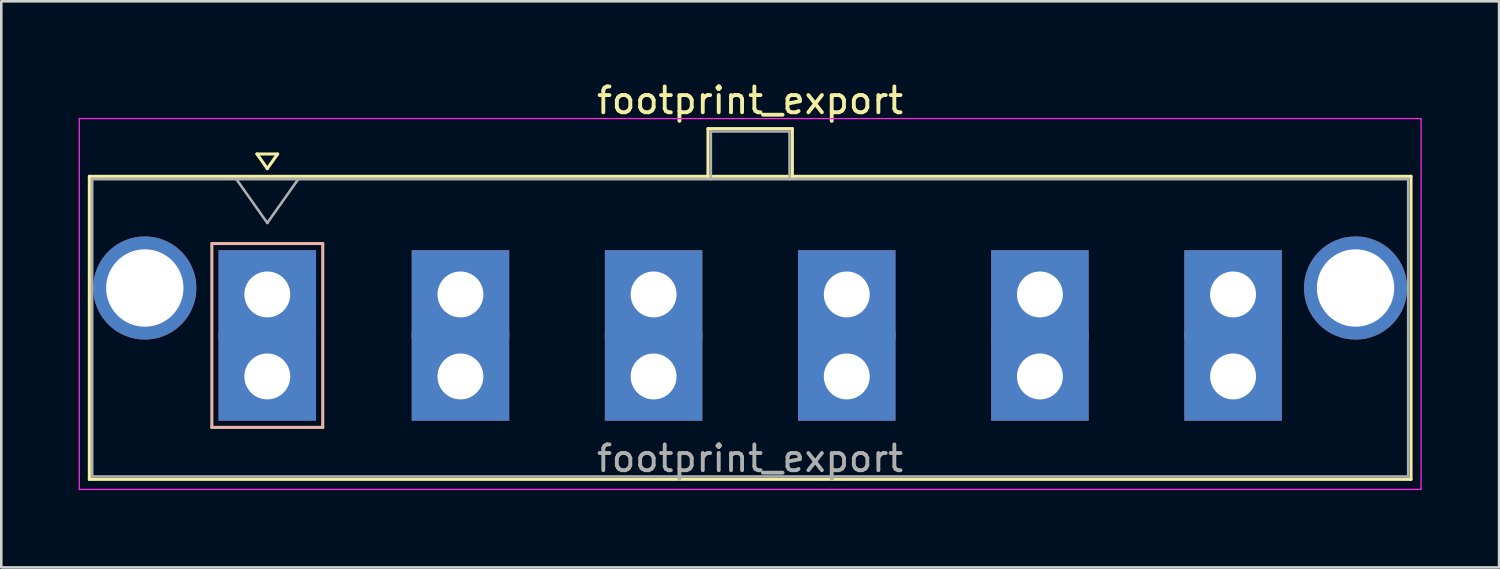
<source format=kicad_pcb>
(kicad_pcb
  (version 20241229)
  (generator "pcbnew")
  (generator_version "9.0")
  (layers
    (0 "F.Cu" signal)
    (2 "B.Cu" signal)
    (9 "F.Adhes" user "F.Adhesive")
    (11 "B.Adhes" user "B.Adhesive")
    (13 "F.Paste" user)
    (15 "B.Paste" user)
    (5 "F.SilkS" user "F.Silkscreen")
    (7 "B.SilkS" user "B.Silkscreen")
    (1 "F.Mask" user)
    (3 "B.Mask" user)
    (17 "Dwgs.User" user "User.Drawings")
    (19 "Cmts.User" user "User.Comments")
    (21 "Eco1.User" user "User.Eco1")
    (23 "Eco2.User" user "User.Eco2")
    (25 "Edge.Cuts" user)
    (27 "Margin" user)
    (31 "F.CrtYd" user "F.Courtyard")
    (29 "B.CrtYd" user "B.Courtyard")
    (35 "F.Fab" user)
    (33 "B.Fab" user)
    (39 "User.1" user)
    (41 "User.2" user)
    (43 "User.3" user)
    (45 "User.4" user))
  (footprint "footprint_export"
    (layer "F.Cu")
    (at 7.315 11.548)
    (property "Reference" "footprint_export" (at 18.72 -10.7 0) (layer "F.SilkS") (effects (font (size 1 1) (thickness 0.15))))
    (attr through_hole)
    (fp_line (start -6.9 -7.76) (end -6.9 3.99) (stroke (width 0.12) (type solid)) (layer "F.SilkS"))
    (fp_line (start -6.9 3.99) (end 44.35 3.99) (stroke (width 0.12) (type solid)) (layer "F.SilkS"))
    (fp_line (start -0.4 -8.626) (end 0 -8.06) (stroke (width 0.12) (type solid)) (layer "F.SilkS"))
    (fp_line (start 0 -8.06) (end 0.4 -8.626) (stroke (width 0.12) (type solid)) (layer "F.SilkS"))
    (fp_line (start 0.4 -8.626) (end -0.4 -8.626) (stroke (width 0.12) (type solid)) (layer "F.SilkS"))
    (fp_line (start 17.09 -9.61) (end 20.36 -9.61) (stroke (width 0.12) (type solid)) (layer "F.SilkS"))
    (fp_line (start 17.09 -7.76) (end 17.09 -9.61) (stroke (width 0.12) (type solid)) (layer "F.SilkS"))
    (fp_line (start 20.36 -9.61) (end 20.36 -7.76) (stroke (width 0.12) (type solid)) (layer "F.SilkS"))
    (fp_line (start 44.35 -7.76) (end -6.9 -7.76) (stroke (width 0.12) (type solid)) (layer "F.SilkS"))
    (fp_line (start 44.35 3.99) (end 44.35 -7.76) (stroke (width 0.12) (type solid)) (layer "F.SilkS"))
    (fp_line (start -2.15 -5.155) (end -2.15 1.975) (stroke (width 0.12) (type solid)) (layer "B.SilkS"))
    (fp_line (start -2.15 1.975) (end 2.15 1.975) (stroke (width 0.12) (type solid)) (layer "B.SilkS"))
    (fp_line (start 2.15 -5.155) (end -2.15 -5.155) (stroke (width 0.12) (type solid)) (layer "B.SilkS"))
    (fp_line (start 2.15 1.975) (end 2.15 -5.155) (stroke (width 0.12) (type solid)) (layer "B.SilkS"))
    (fp_line (start -7.29 -10) (end -7.29 4.38) (stroke (width 0.05) (type solid)) (layer "F.CrtYd"))
    (fp_line (start -7.29 4.38) (end 44.74 4.38) (stroke (width 0.05) (type solid)) (layer "F.CrtYd"))
    (fp_line (start 44.74 -10) (end -7.29 -10) (stroke (width 0.05) (type solid)) (layer "F.CrtYd"))
    (fp_line (start 44.74 4.38) (end 44.74 -10) (stroke (width 0.05) (type solid)) (layer "F.CrtYd"))
    (fp_line (start -6.79 -7.65) (end -6.79 3.88) (stroke (width 0.1) (type solid)) (layer "F.Fab"))
    (fp_line (start -6.79 3.88) (end 44.24 3.88) (stroke (width 0.1) (type solid)) (layer "F.Fab"))
    (fp_line (start -1.2 -7.65) (end 0 -5.953) (stroke (width 0.1) (type solid)) (layer "F.Fab"))
    (fp_line (start 0 -5.953) (end 1.2 -7.65) (stroke (width 0.1) (type solid)) (layer "F.Fab"))
    (fp_line (start 17.2 -9.5) (end 20.25 -9.5) (stroke (width 0.1) (type solid)) (layer "F.Fab"))
    (fp_line (start 17.2 -7.65) (end 17.2 -9.5) (stroke (width 0.1) (type solid)) (layer "F.Fab"))
    (fp_line (start 20.25 -9.5) (end 20.25 -7.65) (stroke (width 0.1) (type solid)) (layer "F.Fab"))
    (fp_line (start 44.24 -7.65) (end -6.79 -7.65) (stroke (width 0.1) (type solid)) (layer "F.Fab"))
    (fp_line (start 44.24 3.88) (end 44.24 -7.65) (stroke (width 0.1) (type solid)) (layer "F.Fab"))
    (fp_text user "${REFERENCE}" (at 18.72 3.18 0) (layer "F.Fab") (effects (font (size 1 1) (thickness 0.15))))
    (pad "" thru_hole circle (at -4.75 -3.43) (size 4 4) (drill 3) (layers "*.Cu" "*.Mask"))
    (pad "" thru_hole circle (at 42.2 -3.43) (size 4 4) (drill 3) (layers "*.Cu" "*.Mask"))
    (pad "1" thru_hole rect (at 0 -3.18) (size 3.78 3.43) (drill 1.78) (layers "*.Cu" "*.Mask"))
    (pad "1" thru_hole rect (at 0 0) (size 3.78 3.43) (drill 1.78) (layers "*.Cu" "*.Mask"))
    (pad "2" thru_hole rect (at 7.49 -3.18) (size 3.78 3.43) (drill 1.78) (layers "*.Cu" "*.Mask"))
    (pad "2" thru_hole rect (at 7.49 0) (size 3.78 3.43) (drill 1.78) (layers "*.Cu" "*.Mask"))
    (pad "3" thru_hole rect (at 14.98 -3.18) (size 3.78 3.43) (drill 1.78) (layers "*.Cu" "*.Mask"))
    (pad "3" thru_hole rect (at 14.98 0) (size 3.78 3.43) (drill 1.78) (layers "*.Cu" "*.Mask"))
    (pad "4" thru_hole rect (at 22.47 -3.18) (size 3.78 3.43) (drill 1.78) (layers "*.Cu" "*.Mask"))
    (pad "4" thru_hole rect (at 22.47 0) (size 3.78 3.43) (drill 1.78) (layers "*.Cu" "*.Mask"))
    (pad "5" thru_hole rect (at 29.96 -3.18) (size 3.78 3.43) (drill 1.78) (layers "*.Cu" "*.Mask"))
    (pad "5" thru_hole rect (at 29.96 0) (size 3.78 3.43) (drill 1.78) (layers "*.Cu" "*.Mask"))
    (pad "6" thru_hole rect (at 37.45 -3.18) (size 3.78 3.43) (drill 1.78) (layers "*.Cu" "*.Mask"))
    (pad "6" thru_hole rect (at 37.45 0) (size 3.78 3.43) (drill 1.78) (layers "*.Cu" "*.Mask")))
  (gr_rect
    (start -3 -3)
    (end 55.08 18.953)
    (stroke (width 0.1) (type default))
    (fill no)
    (layer "Edge.Cuts")))
</source>
